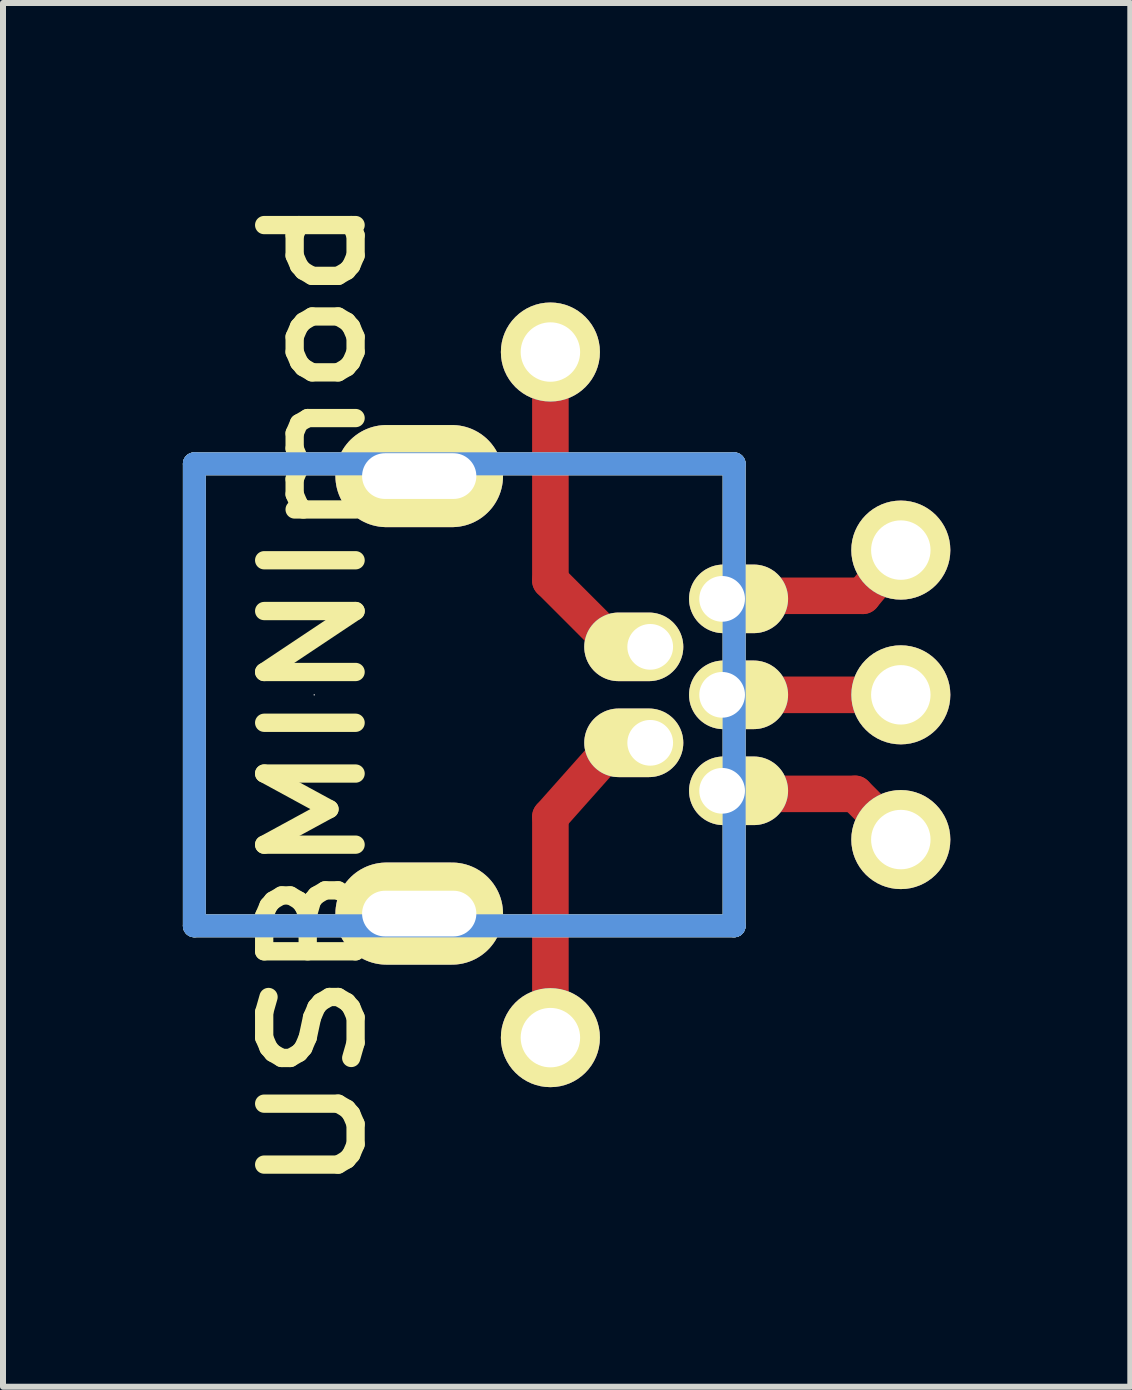
<source format=kicad_pcb>
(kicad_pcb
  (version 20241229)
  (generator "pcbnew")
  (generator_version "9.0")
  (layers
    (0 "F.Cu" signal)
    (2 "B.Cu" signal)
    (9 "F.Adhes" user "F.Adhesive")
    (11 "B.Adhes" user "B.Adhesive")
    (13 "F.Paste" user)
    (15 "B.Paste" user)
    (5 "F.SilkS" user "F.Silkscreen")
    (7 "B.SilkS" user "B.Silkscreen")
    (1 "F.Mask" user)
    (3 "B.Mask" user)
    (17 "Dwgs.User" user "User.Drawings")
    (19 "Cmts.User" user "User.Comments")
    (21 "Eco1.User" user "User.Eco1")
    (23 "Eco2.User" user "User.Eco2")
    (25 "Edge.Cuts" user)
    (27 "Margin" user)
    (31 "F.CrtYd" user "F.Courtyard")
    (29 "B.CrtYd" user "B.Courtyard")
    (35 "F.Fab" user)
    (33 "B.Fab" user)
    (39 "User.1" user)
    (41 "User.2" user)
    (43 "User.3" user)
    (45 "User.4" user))
  (footprint "USBMINImod"
    (layer "F.Cu")
    (at 2.189 8.534)
    (property "Reference" "USBMINImod" (at 0 0 90) (layer "F.SilkS") (effects (font (size 1.524 1.778) (thickness 0.305))))
    (attr through_hole)
    (fp_line (start 3.937 -1.905) (end 3.937 -5.715) (stroke (width 0.61) (type solid)) (layer "F.Cu"))
    (fp_line (start 3.937 2.032) (end 3.937 5.715) (stroke (width 0.61) (type solid)) (layer "F.Cu"))
    (fp_line (start 4.953 -0.889) (end 3.937 -1.905) (stroke (width 0.61) (type solid)) (layer "F.Cu"))
    (fp_line (start 4.953 0.889) (end 3.937 2.032) (stroke (width 0.61) (type solid)) (layer "F.Cu"))
    (fp_line (start 7.493 0) (end 9.779 0) (stroke (width 0.61) (type solid)) (layer "F.Cu"))
    (fp_line (start 9.017 1.651) (end 7.493 1.651) (stroke (width 0.61) (type solid)) (layer "F.Cu"))
    (fp_line (start 9.144 -1.651) (end 7.493 -1.651) (stroke (width 0.61) (type solid)) (layer "F.Cu"))
    (fp_line (start 9.779 -2.413) (end 9.144 -1.651) (stroke (width 0.61) (type solid)) (layer "F.Cu"))
    (fp_line (start 9.779 2.413) (end 9.017 1.651) (stroke (width 0.61) (type solid)) (layer "F.Cu"))
    (fp_line (start -1.999 -3.851) (end 7 -3.851) (stroke (width 0.381) (type solid)) (layer "F.SilkS"))
    (fp_line (start -1.999 3.851) (end -1.999 -3.851) (stroke (width 0.381) (type solid)) (layer "F.SilkS"))
    (fp_line (start 7 -3.851) (end 7 3.851) (stroke (width 0.381) (type solid)) (layer "F.SilkS"))
    (fp_line (start 7 3.851) (end -1.999 3.851) (stroke (width 0.381) (type solid)) (layer "F.SilkS"))
    (fp_line (start -1.999 -3.851) (end 7 -3.851) (stroke (width 0.381) (type solid)) (layer "Dwgs.User"))
    (fp_line (start -1.999 3.851) (end -1.999 -3.851) (stroke (width 0.381) (type solid)) (layer "Dwgs.User"))
    (fp_line (start 0 0) (end 0 0) (stroke (width 0.025) (type solid)) (layer "Dwgs.User"))
    (fp_line (start 7 -3.851) (end 7 3.851) (stroke (width 0.381) (type solid)) (layer "Dwgs.User"))
    (fp_line (start 7 3.851) (end -1.999 3.851) (stroke (width 0.381) (type solid)) (layer "Dwgs.User"))
    (fp_line (start -1.999 -3.851) (end 7 -3.851) (stroke (width 0.381) (type solid)) (layer "Cmts.User"))
    (fp_line (start -1.999 3.851) (end -1.999 -3.851) (stroke (width 0.381) (type solid)) (layer "Cmts.User"))
    (fp_line (start 7 -3.851) (end 7 3.851) (stroke (width 0.381) (type solid)) (layer "Cmts.User"))
    (fp_line (start 7 3.851) (end -1.999 3.851) (stroke (width 0.381) (type solid)) (layer "Cmts.User"))
    (pad "1" thru_hole oval (at 6.8 -1.6) (size 1.651 1.143) (drill 0.762 (offset 0.274 0)) (layers "*.Cu" "*.Mask" "F.SilkS"))
    (pad "1" thru_hole circle (at 9.779 -2.413) (size 1.651 1.651) (drill 0.991) (layers "*.Cu" "*.Mask" "F.SilkS"))
    (pad "2" thru_hole circle (at 3.937 -5.715) (size 1.651 1.651) (drill 0.991) (layers "*.Cu" "*.Mask" "F.SilkS"))
    (pad "2" thru_hole oval (at 5.601 -0.8) (size 1.651 1.143) (drill 0.762 (offset -0.274 0)) (layers "*.Cu" "*.Mask" "F.SilkS"))
    (pad "3" thru_hole oval (at 6.8 0) (size 1.651 1.143) (drill 0.762 (offset 0.274 0)) (layers "*.Cu" "*.Mask" "F.SilkS"))
    (pad "3" thru_hole circle (at 9.779 0) (size 1.651 1.651) (drill 0.991) (layers "*.Cu" "*.Mask" "F.SilkS"))
    (pad "4" thru_hole circle (at 3.937 5.715) (size 1.651 1.651) (drill 0.991) (layers "*.Cu" "*.Mask" "F.SilkS"))
    (pad "4" thru_hole oval (at 5.601 0.8) (size 1.651 1.143) (drill 0.762 (offset -0.274 0)) (layers "*.Cu" "*.Mask" "F.SilkS"))
    (pad "5" thru_hole oval (at 6.8 1.6) (size 1.651 1.143) (drill 0.762 (offset 0.274 0)) (layers "*.Cu" "*.Mask" "F.SilkS"))
    (pad "5" thru_hole circle (at 9.779 2.413) (size 1.651 1.651) (drill 0.991) (layers "*.Cu" "*.Mask" "F.SilkS"))
    (pad "6" thru_hole oval (at 1.75 -3.647) (size 2.794 1.702) (drill oval 1.905 0.762) (layers "*.Cu" "*.Mask" "F.SilkS"))
    (pad "6" thru_hole oval (at 1.75 3.647) (size 2.794 1.702) (drill oval 1.905 0.762) (layers "*.Cu" "*.Mask" "F.SilkS")))
  (gr_rect
    (start -3 -3)
    (end 15.794 20.069)
    (stroke (width 0.1) (type default))
    (fill no)
    (layer "Edge.Cuts")))
</source>
